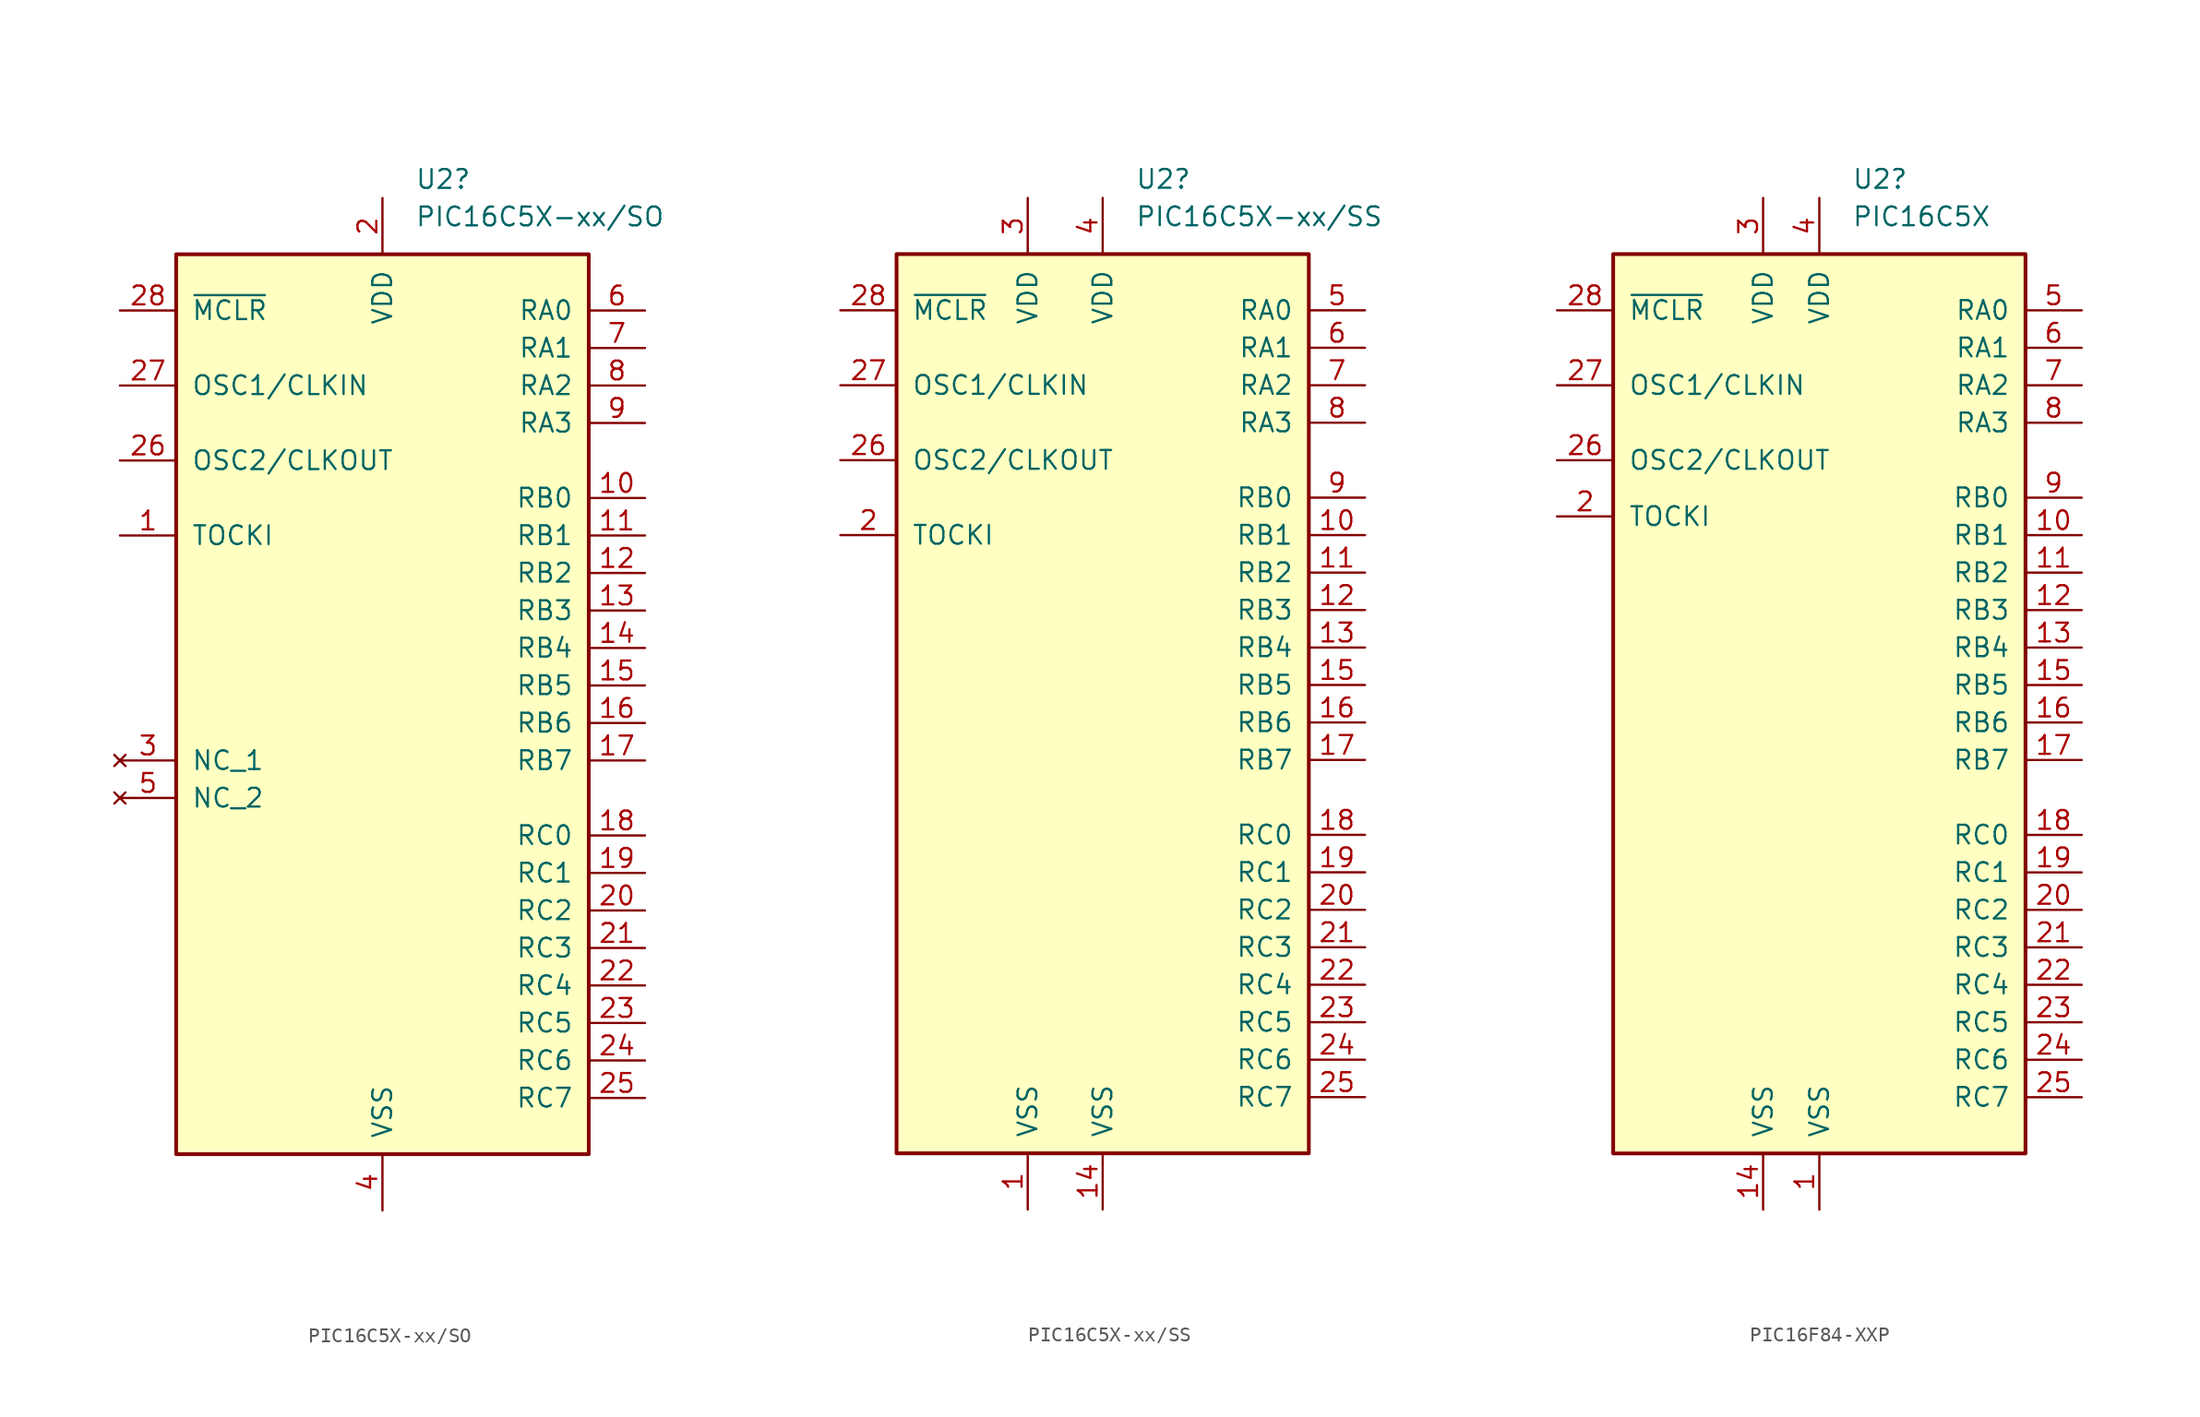
<source format=kicad_sym>
(kicad_symbol_lib
  (version 20241209)
  (generator "kicad_symbol_editor")
  (generator_version "9.0")
  (symbol "PIC16C5X-xx/SO"
    (pin_names
      (offset 1.016))
    (property "Reference" "U2"
      (at 2.194 24.13 0)
      (effects (font (size 1.27 1.27)) (justify left)))
    (property "Value" "PIC16C5X-xx/SO"
      (at 2.194 21.59 0)
      (effects (font (size 1.27 1.27)) (justify left)))
    (symbol "PIC16C5X-xx/SO_0_1"
      (rectangle (start -13.97 19.05) (end 13.97 -41.91) (stroke (width 0.254) (type default)) (fill (type background))))
    (symbol "PIC16C5X-xx/SO_1_1"
      (pin input line (at -17.78 15.24 0) (length 3.81) (name "~{MCLR}" (effects (font (size 1.27 1.27)))) (number "28" (effects (font (size 1.27 1.27)))))
      (pin input line (at -17.78 10.16 0) (length 3.81) (name "OSC1/CLKIN" (effects (font (size 1.27 1.27)))) (number "27" (effects (font (size 1.27 1.27)))))
      (pin output line (at -17.78 5.08 0) (length 3.81) (name "OSC2/CLKOUT" (effects (font (size 1.27 1.27)))) (number "26" (effects (font (size 1.27 1.27)))))
      (pin input line (at -17.78 0 0) (length 3.81) (name "TOCKI" (effects (font (size 1.27 1.27)))) (number "1" (effects (font (size 1.27 1.27)))))
      (pin no_connect line (at -17.78 -15.24 0) (length 3.81) (name "NC_1" (effects (font (size 1.27 1.27)))) (number "3" (effects (font (size 1.27 1.27)))))
      (pin no_connect line (at -17.78 -17.78 0) (length 3.81) (name "NC_2" (effects (font (size 1.27 1.27)))) (number "5" (effects (font (size 1.27 1.27)))))
      (pin power_in line (at 0 22.86 270) (length 3.81) (name "VDD" (effects (font (size 1.27 1.27)))) (number "2" (effects (font (size 1.27 1.27)))))
      (pin power_in line (at 0 -45.72 90) (length 3.81) (name "VSS" (effects (font (size 1.27 1.27)))) (number "4" (effects (font (size 1.27 1.27)))))
      (pin bidirectional line (at 17.78 15.24 180) (length 3.81) (name "RA0" (effects (font (size 1.27 1.27)))) (number "6" (effects (font (size 1.27 1.27)))))
      (pin bidirectional line (at 17.78 12.7 180) (length 3.81) (name "RA1" (effects (font (size 1.27 1.27)))) (number "7" (effects (font (size 1.27 1.27)))))
      (pin bidirectional line (at 17.78 10.16 180) (length 3.81) (name "RA2" (effects (font (size 1.27 1.27)))) (number "8" (effects (font (size 1.27 1.27)))))
      (pin bidirectional line (at 17.78 7.62 180) (length 3.81) (name "RA3" (effects (font (size 1.27 1.27)))) (number "9" (effects (font (size 1.27 1.27)))))
      (pin bidirectional line (at 17.78 2.54 180) (length 3.81) (name "RB0" (effects (font (size 1.27 1.27)))) (number "10" (effects (font (size 1.27 1.27)))))
      (pin bidirectional line (at 17.78 0 180) (length 3.81) (name "RB1" (effects (font (size 1.27 1.27)))) (number "11" (effects (font (size 1.27 1.27)))))
      (pin bidirectional line (at 17.78 -2.54 180) (length 3.81) (name "RB2" (effects (font (size 1.27 1.27)))) (number "12" (effects (font (size 1.27 1.27)))))
      (pin bidirectional line (at 17.78 -5.08 180) (length 3.81) (name "RB3" (effects (font (size 1.27 1.27)))) (number "13" (effects (font (size 1.27 1.27)))))
      (pin bidirectional line (at 17.78 -7.62 180) (length 3.81) (name "RB4" (effects (font (size 1.27 1.27)))) (number "14" (effects (font (size 1.27 1.27)))))
      (pin bidirectional line (at 17.78 -10.16 180) (length 3.81) (name "RB5" (effects (font (size 1.27 1.27)))) (number "15" (effects (font (size 1.27 1.27)))))
      (pin bidirectional line (at 17.78 -12.7 180) (length 3.81) (name "RB6" (effects (font (size 1.27 1.27)))) (number "16" (effects (font (size 1.27 1.27)))))
      (pin bidirectional line (at 17.78 -15.24 180) (length 3.81) (name "RB7" (effects (font (size 1.27 1.27)))) (number "17" (effects (font (size 1.27 1.27)))))
      (pin bidirectional line (at 17.78 -20.32 180) (length 3.81) (name "RC0" (effects (font (size 1.27 1.27)))) (number "18" (effects (font (size 1.27 1.27)))))
      (pin bidirectional line (at 17.78 -22.86 180) (length 3.81) (name "RC1" (effects (font (size 1.27 1.27)))) (number "19" (effects (font (size 1.27 1.27)))))
      (pin bidirectional line (at 17.78 -25.4 180) (length 3.81) (name "RC2" (effects (font (size 1.27 1.27)))) (number "20" (effects (font (size 1.27 1.27)))))
      (pin bidirectional line (at 17.78 -27.94 180) (length 3.81) (name "RC3" (effects (font (size 1.27 1.27)))) (number "21" (effects (font (size 1.27 1.27)))))
      (pin bidirectional line (at 17.78 -30.48 180) (length 3.81) (name "RC4" (effects (font (size 1.27 1.27)))) (number "22" (effects (font (size 1.27 1.27)))))
      (pin bidirectional line (at 17.78 -33.02 180) (length 3.81) (name "RC5" (effects (font (size 1.27 1.27)))) (number "23" (effects (font (size 1.27 1.27)))))
      (pin bidirectional line (at 17.78 -35.56 180) (length 3.81) (name "RC6" (effects (font (size 1.27 1.27)))) (number "24" (effects (font (size 1.27 1.27)))))
      (pin bidirectional line (at 17.78 -38.1 180) (length 3.81) (name "RC7" (effects (font (size 1.27 1.27)))) (number "25" (effects (font (size 1.27 1.27)))))))
  (symbol "PIC16C5X-xx/SS"
    (pin_names
      (offset 1.016))
    (property "Reference" "U2"
      (at 2.194 24.13 0)
      (effects (font (size 1.27 1.27)) (justify left)))
    (property "Value" "PIC16C5X-xx/SS"
      (at 2.194 21.59 0)
      (effects (font (size 1.27 1.27)) (justify left)))
    (symbol "PIC16C5X-xx/SS_0_1"
      (rectangle (start -13.97 19.05) (end 13.97 -41.91) (stroke (width 0.254) (type default)) (fill (type background))))
    (symbol "PIC16C5X-xx/SS_1_1"
      (pin input line (at -17.78 15.24 0) (length 3.81) (name "~{MCLR}" (effects (font (size 1.27 1.27)))) (number "28" (effects (font (size 1.27 1.27)))))
      (pin input line (at -17.78 10.16 0) (length 3.81) (name "OSC1/CLKIN" (effects (font (size 1.27 1.27)))) (number "27" (effects (font (size 1.27 1.27)))))
      (pin output line (at -17.78 5.08 0) (length 3.81) (name "OSC2/CLKOUT" (effects (font (size 1.27 1.27)))) (number "26" (effects (font (size 1.27 1.27)))))
      (pin input line (at -17.78 0 0) (length 3.81) (name "TOCKI" (effects (font (size 1.27 1.27)))) (number "2" (effects (font (size 1.27 1.27)))))
      (pin power_in line (at -5.08 22.86 270) (length 3.81) (name "VDD" (effects (font (size 1.27 1.27)))) (number "3" (effects (font (size 1.27 1.27)))))
      (pin power_in line (at -5.08 -45.72 90) (length 3.81) (name "VSS" (effects (font (size 1.27 1.27)))) (number "1" (effects (font (size 1.27 1.27)))))
      (pin power_in line (at 0 22.86 270) (length 3.81) (name "VDD" (effects (font (size 1.27 1.27)))) (number "4" (effects (font (size 1.27 1.27)))))
      (pin power_in line (at 0 -45.72 90) (length 3.81) (name "VSS" (effects (font (size 1.27 1.27)))) (number "14" (effects (font (size 1.27 1.27)))))
      (pin bidirectional line (at 17.78 15.24 180) (length 3.81) (name "RA0" (effects (font (size 1.27 1.27)))) (number "5" (effects (font (size 1.27 1.27)))))
      (pin bidirectional line (at 17.78 12.7 180) (length 3.81) (name "RA1" (effects (font (size 1.27 1.27)))) (number "6" (effects (font (size 1.27 1.27)))))
      (pin bidirectional line (at 17.78 10.16 180) (length 3.81) (name "RA2" (effects (font (size 1.27 1.27)))) (number "7" (effects (font (size 1.27 1.27)))))
      (pin bidirectional line (at 17.78 7.62 180) (length 3.81) (name "RA3" (effects (font (size 1.27 1.27)))) (number "8" (effects (font (size 1.27 1.27)))))
      (pin bidirectional line (at 17.78 2.54 180) (length 3.81) (name "RB0" (effects (font (size 1.27 1.27)))) (number "9" (effects (font (size 1.27 1.27)))))
      (pin bidirectional line (at 17.78 0 180) (length 3.81) (name "RB1" (effects (font (size 1.27 1.27)))) (number "10" (effects (font (size 1.27 1.27)))))
      (pin bidirectional line (at 17.78 -2.54 180) (length 3.81) (name "RB2" (effects (font (size 1.27 1.27)))) (number "11" (effects (font (size 1.27 1.27)))))
      (pin bidirectional line (at 17.78 -5.08 180) (length 3.81) (name "RB3" (effects (font (size 1.27 1.27)))) (number "12" (effects (font (size 1.27 1.27)))))
      (pin bidirectional line (at 17.78 -7.62 180) (length 3.81) (name "RB4" (effects (font (size 1.27 1.27)))) (number "13" (effects (font (size 1.27 1.27)))))
      (pin bidirectional line (at 17.78 -10.16 180) (length 3.81) (name "RB5" (effects (font (size 1.27 1.27)))) (number "15" (effects (font (size 1.27 1.27)))))
      (pin bidirectional line (at 17.78 -12.7 180) (length 3.81) (name "RB6" (effects (font (size 1.27 1.27)))) (number "16" (effects (font (size 1.27 1.27)))))
      (pin bidirectional line (at 17.78 -15.24 180) (length 3.81) (name "RB7" (effects (font (size 1.27 1.27)))) (number "17" (effects (font (size 1.27 1.27)))))
      (pin bidirectional line (at 17.78 -20.32 180) (length 3.81) (name "RC0" (effects (font (size 1.27 1.27)))) (number "18" (effects (font (size 1.27 1.27)))))
      (pin bidirectional line (at 17.78 -22.86 180) (length 3.81) (name "RC1" (effects (font (size 1.27 1.27)))) (number "19" (effects (font (size 1.27 1.27)))))
      (pin bidirectional line (at 17.78 -25.4 180) (length 3.81) (name "RC2" (effects (font (size 1.27 1.27)))) (number "20" (effects (font (size 1.27 1.27)))))
      (pin bidirectional line (at 17.78 -27.94 180) (length 3.81) (name "RC3" (effects (font (size 1.27 1.27)))) (number "21" (effects (font (size 1.27 1.27)))))
      (pin bidirectional line (at 17.78 -30.48 180) (length 3.81) (name "RC4" (effects (font (size 1.27 1.27)))) (number "22" (effects (font (size 1.27 1.27)))))
      (pin bidirectional line (at 17.78 -33.02 180) (length 3.81) (name "RC5" (effects (font (size 1.27 1.27)))) (number "23" (effects (font (size 1.27 1.27)))))
      (pin bidirectional line (at 17.78 -35.56 180) (length 3.81) (name "RC6" (effects (font (size 1.27 1.27)))) (number "24" (effects (font (size 1.27 1.27)))))
      (pin bidirectional line (at 17.78 -38.1 180) (length 3.81) (name "RC7" (effects (font (size 1.27 1.27)))) (number "25" (effects (font (size 1.27 1.27)))))))
  (symbol "PIC16F84-XXP"
    (pin_names
      (offset 1.016))
    (property "Reference" "U2"
      (at 2.194 24.13 0)
      (effects (font (size 1.27 1.27)) (justify left)))
    (property "Value" "PIC16C5X"
      (at 2.194 21.59 0)
      (effects (font (size 1.27 1.27)) (justify left)))
    (symbol "PIC16F84-XXP_0_1"
      (rectangle (start -13.97 19.05) (end 13.97 -41.91) (stroke (width 0.254) (type default)) (fill (type background))))
    (symbol "PIC16F84-XXP_1_1"
      (pin input line (at -17.78 15.24 0) (length 3.81) (name "~{MCLR}" (effects (font (size 1.27 1.27)))) (number "28" (effects (font (size 1.27 1.27)))))
      (pin input line (at -17.78 10.16 0) (length 3.81) (name "OSC1/CLKIN" (effects (font (size 1.27 1.27)))) (number "27" (effects (font (size 1.27 1.27)))))
      (pin output line (at -17.78 5.08 0) (length 3.81) (name "OSC2/CLKOUT" (effects (font (size 1.27 1.27)))) (number "26" (effects (font (size 1.27 1.27)))))
      (pin bidirectional line (at -17.78 1.27 0) (length 3.81) (name "TOCKI" (effects (font (size 1.27 1.27)))) (number "2" (effects (font (size 1.27 1.27)))))
      (pin power_in line (at -3.81 22.86 270) (length 3.81) (name "VDD" (effects (font (size 1.27 1.27)))) (number "3" (effects (font (size 1.27 1.27)))))
      (pin power_in line (at -3.81 -45.72 90) (length 3.81) (name "VSS" (effects (font (size 1.27 1.27)))) (number "14" (effects (font (size 1.27 1.27)))))
      (pin power_in line (at 0 22.86 270) (length 3.81) (name "VDD" (effects (font (size 1.27 1.27)))) (number "4" (effects (font (size 1.27 1.27)))))
      (pin power_in line (at 0 -45.72 90) (length 3.81) (name "VSS" (effects (font (size 1.27 1.27)))) (number "1" (effects (font (size 1.27 1.27)))))
      (pin bidirectional line (at 17.78 15.24 180) (length 3.81) (name "RA0" (effects (font (size 1.27 1.27)))) (number "5" (effects (font (size 1.27 1.27)))))
      (pin bidirectional line (at 17.78 12.7 180) (length 3.81) (name "RA1" (effects (font (size 1.27 1.27)))) (number "6" (effects (font (size 1.27 1.27)))))
      (pin bidirectional line (at 17.78 10.16 180) (length 3.81) (name "RA2" (effects (font (size 1.27 1.27)))) (number "7" (effects (font (size 1.27 1.27)))))
      (pin bidirectional line (at 17.78 7.62 180) (length 3.81) (name "RA3" (effects (font (size 1.27 1.27)))) (number "8" (effects (font (size 1.27 1.27)))))
      (pin bidirectional line (at 17.78 2.54 180) (length 3.81) (name "RB0" (effects (font (size 1.27 1.27)))) (number "9" (effects (font (size 1.27 1.27)))))
      (pin bidirectional line (at 17.78 0 180) (length 3.81) (name "RB1" (effects (font (size 1.27 1.27)))) (number "10" (effects (font (size 1.27 1.27)))))
      (pin bidirectional line (at 17.78 -2.54 180) (length 3.81) (name "RB2" (effects (font (size 1.27 1.27)))) (number "11" (effects (font (size 1.27 1.27)))))
      (pin bidirectional line (at 17.78 -5.08 180) (length 3.81) (name "RB3" (effects (font (size 1.27 1.27)))) (number "12" (effects (font (size 1.27 1.27)))))
      (pin bidirectional line (at 17.78 -7.62 180) (length 3.81) (name "RB4" (effects (font (size 1.27 1.27)))) (number "13" (effects (font (size 1.27 1.27)))))
      (pin bidirectional line (at 17.78 -10.16 180) (length 3.81) (name "RB5" (effects (font (size 1.27 1.27)))) (number "15" (effects (font (size 1.27 1.27)))))
      (pin bidirectional line (at 17.78 -12.7 180) (length 3.81) (name "RB6" (effects (font (size 1.27 1.27)))) (number "16" (effects (font (size 1.27 1.27)))))
      (pin bidirectional line (at 17.78 -15.24 180) (length 3.81) (name "RB7" (effects (font (size 1.27 1.27)))) (number "17" (effects (font (size 1.27 1.27)))))
      (pin bidirectional line (at 17.78 -20.32 180) (length 3.81) (name "RC0" (effects (font (size 1.27 1.27)))) (number "18" (effects (font (size 1.27 1.27)))))
      (pin bidirectional line (at 17.78 -22.86 180) (length 3.81) (name "RC1" (effects (font (size 1.27 1.27)))) (number "19" (effects (font (size 1.27 1.27)))))
      (pin bidirectional line (at 17.78 -25.4 180) (length 3.81) (name "RC2" (effects (font (size 1.27 1.27)))) (number "20" (effects (font (size 1.27 1.27)))))
      (pin bidirectional line (at 17.78 -27.94 180) (length 3.81) (name "RC3" (effects (font (size 1.27 1.27)))) (number "21" (effects (font (size 1.27 1.27)))))
      (pin bidirectional line (at 17.78 -30.48 180) (length 3.81) (name "RC4" (effects (font (size 1.27 1.27)))) (number "22" (effects (font (size 1.27 1.27)))))
      (pin bidirectional line (at 17.78 -33.02 180) (length 3.81) (name "RC5" (effects (font (size 1.27 1.27)))) (number "23" (effects (font (size 1.27 1.27)))))
      (pin bidirectional line (at 17.78 -35.56 180) (length 3.81) (name "RC6" (effects (font (size 1.27 1.27)))) (number "24" (effects (font (size 1.27 1.27)))))
      (pin bidirectional line (at 17.78 -38.1 180) (length 3.81) (name "RC7" (effects (font (size 1.27 1.27)))) (number "25" (effects (font (size 1.27 1.27))))))))
</source>
